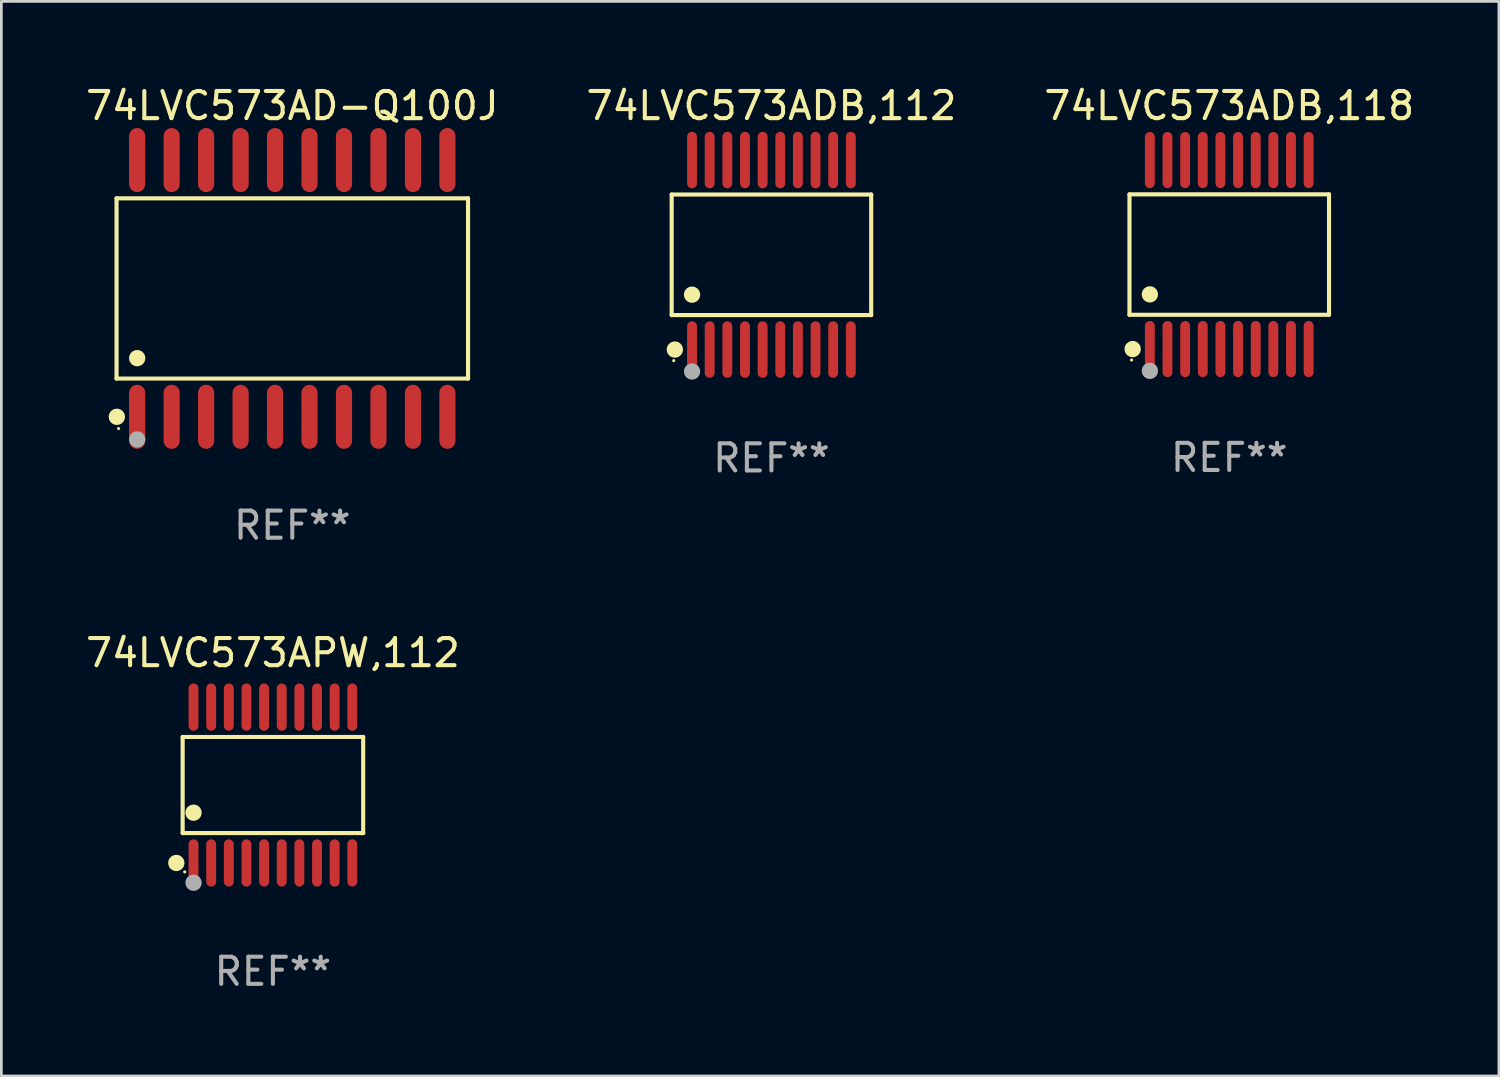
<source format=kicad_pcb>
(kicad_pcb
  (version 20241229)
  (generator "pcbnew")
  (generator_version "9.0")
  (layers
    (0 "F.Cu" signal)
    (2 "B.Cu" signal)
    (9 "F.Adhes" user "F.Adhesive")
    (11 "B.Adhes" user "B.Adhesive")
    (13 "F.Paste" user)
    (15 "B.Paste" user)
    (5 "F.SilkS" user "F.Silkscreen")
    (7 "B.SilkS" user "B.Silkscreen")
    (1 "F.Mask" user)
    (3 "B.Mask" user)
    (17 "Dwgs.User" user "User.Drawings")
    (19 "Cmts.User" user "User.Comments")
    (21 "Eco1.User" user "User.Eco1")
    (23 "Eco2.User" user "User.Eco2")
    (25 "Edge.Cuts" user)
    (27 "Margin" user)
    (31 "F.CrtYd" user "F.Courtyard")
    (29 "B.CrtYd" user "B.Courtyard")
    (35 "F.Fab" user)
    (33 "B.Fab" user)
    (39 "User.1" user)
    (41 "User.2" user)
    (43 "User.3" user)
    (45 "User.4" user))
  (footprint "74LVC573ADB,112"
    (layer "F.Cu")
    (at 25.375 6.339)
    (property "Reference" "74LVC573ADB,112" (at 0 -5.491 0) (layer "F.SilkS") (effects (font (size 1 1) (thickness 0.15))))
    (attr through_hole)
    (fp_line (start -3.676 -2.221) (end 3.676 -2.221) (stroke (width 0.152) (type solid)) (layer "F.SilkS"))
    (fp_line (start -3.676 2.221) (end -3.676 -2.221) (stroke (width 0.152) (type solid)) (layer "F.SilkS"))
    (fp_line (start 3.676 -2.221) (end 3.676 2.221) (stroke (width 0.152) (type solid)) (layer "F.SilkS"))
    (fp_line (start 3.676 2.221) (end -3.676 2.221) (stroke (width 0.152) (type solid)) (layer "F.SilkS"))
    (fp_circle (center -3.6 3.9) (end -3.57 3.9) (stroke (width 0.06) (type solid)) (fill no) (layer "F.SilkS"))
    (fp_circle (center -3.559 3.491) (end -3.409 3.491) (stroke (width 0.3) (type solid)) (fill no) (layer "F.SilkS"))
    (fp_circle (center -2.925 1.469) (end -2.775 1.469) (stroke (width 0.3) (type solid)) (fill no) (layer "F.SilkS"))
    (fp_circle (center -2.925 4.3) (end -2.775 4.3) (stroke (width 0.3) (type solid)) (fill no) (layer "F.Fab"))
    (fp_text user "REF**" (at 0 7.491 0) (layer "F.Fab") (effects (font (size 1 1) (thickness 0.15))))
    (pad "1" smd oval (at -2.925 3.491) (size 0.364 2.082) (layers "F.Cu" "F.Mask" "F.Paste"))
    (pad "2" smd oval (at -2.275 3.491) (size 0.364 2.082) (layers "F.Cu" "F.Mask" "F.Paste"))
    (pad "3" smd oval (at -1.625 3.491) (size 0.364 2.082) (layers "F.Cu" "F.Mask" "F.Paste"))
    (pad "4" smd oval (at -0.975 3.491) (size 0.364 2.082) (layers "F.Cu" "F.Mask" "F.Paste"))
    (pad "5" smd oval (at -0.325 3.491) (size 0.364 2.082) (layers "F.Cu" "F.Mask" "F.Paste"))
    (pad "6" smd oval (at 0.325 3.491) (size 0.364 2.082) (layers "F.Cu" "F.Mask" "F.Paste"))
    (pad "7" smd oval (at 0.975 3.491) (size 0.364 2.082) (layers "F.Cu" "F.Mask" "F.Paste"))
    (pad "8" smd oval (at 1.625 3.491) (size 0.364 2.082) (layers "F.Cu" "F.Mask" "F.Paste"))
    (pad "9" smd oval (at 2.275 3.491) (size 0.364 2.082) (layers "F.Cu" "F.Mask" "F.Paste"))
    (pad "10" smd oval (at 2.925 3.491) (size 0.364 2.082) (layers "F.Cu" "F.Mask" "F.Paste"))
    (pad "11" smd oval (at 2.925 -3.491) (size 0.364 2.082) (layers "F.Cu" "F.Mask" "F.Paste"))
    (pad "12" smd oval (at 2.275 -3.491) (size 0.364 2.082) (layers "F.Cu" "F.Mask" "F.Paste"))
    (pad "13" smd oval (at 1.625 -3.491) (size 0.364 2.082) (layers "F.Cu" "F.Mask" "F.Paste"))
    (pad "14" smd oval (at 0.975 -3.491) (size 0.364 2.082) (layers "F.Cu" "F.Mask" "F.Paste"))
    (pad "15" smd oval (at 0.325 -3.491) (size 0.364 2.082) (layers "F.Cu" "F.Mask" "F.Paste"))
    (pad "16" smd oval (at -0.325 -3.491) (size 0.364 2.082) (layers "F.Cu" "F.Mask" "F.Paste"))
    (pad "17" smd oval (at -0.975 -3.491) (size 0.364 2.082) (layers "F.Cu" "F.Mask" "F.Paste"))
    (pad "18" smd oval (at -1.625 -3.491) (size 0.364 2.082) (layers "F.Cu" "F.Mask" "F.Paste"))
    (pad "19" smd oval (at -2.275 -3.491) (size 0.364 2.082) (layers "F.Cu" "F.Mask" "F.Paste"))
    (pad "20" smd oval (at -2.925 -3.491) (size 0.364 2.082) (layers "F.Cu" "F.Mask" "F.Paste")))
  (footprint "74LVC573AD-Q100J"
    (layer "F.Cu")
    (at 7.72 7.578)
    (property "Reference" "74LVC573AD-Q100J" (at 0 -6.73 0) (layer "F.SilkS") (effects (font (size 1 1) (thickness 0.15))))
    (attr through_hole)
    (fp_line (start -6.476 -3.321) (end 6.476 -3.321) (stroke (width 0.152) (type solid)) (layer "F.SilkS"))
    (fp_line (start -6.476 3.321) (end -6.476 -3.321) (stroke (width 0.152) (type solid)) (layer "F.SilkS"))
    (fp_line (start 6.476 -3.321) (end 6.476 3.321) (stroke (width 0.152) (type solid)) (layer "F.SilkS"))
    (fp_line (start 6.476 3.321) (end -6.476 3.321) (stroke (width 0.152) (type solid)) (layer "F.SilkS"))
    (fp_circle (center -6.465 4.73) (end -6.315 4.73) (stroke (width 0.3) (type solid)) (fill no) (layer "F.SilkS"))
    (fp_circle (center -6.4 5.163) (end -6.37 5.163) (stroke (width 0.06) (type solid)) (fill no) (layer "F.SilkS"))
    (fp_circle (center -5.715 2.569) (end -5.565 2.569) (stroke (width 0.3) (type solid)) (fill no) (layer "F.SilkS"))
    (fp_circle (center -5.715 5.563) (end -5.565 5.563) (stroke (width 0.3) (type solid)) (fill no) (layer "F.Fab"))
    (fp_text user "REF**" (at 0 8.73 0) (layer "F.Fab") (effects (font (size 1 1) (thickness 0.15))))
    (pad "1" smd oval (at -5.715 4.73) (size 0.595 2.36) (layers "F.Cu" "F.Mask" "F.Paste"))
    (pad "2" smd oval (at -4.445 4.73) (size 0.595 2.36) (layers "F.Cu" "F.Mask" "F.Paste"))
    (pad "3" smd oval (at -3.175 4.73) (size 0.595 2.36) (layers "F.Cu" "F.Mask" "F.Paste"))
    (pad "4" smd oval (at -1.905 4.73) (size 0.595 2.36) (layers "F.Cu" "F.Mask" "F.Paste"))
    (pad "5" smd oval (at -0.635 4.73) (size 0.595 2.36) (layers "F.Cu" "F.Mask" "F.Paste"))
    (pad "6" smd oval (at 0.635 4.73) (size 0.595 2.36) (layers "F.Cu" "F.Mask" "F.Paste"))
    (pad "7" smd oval (at 1.905 4.73) (size 0.595 2.36) (layers "F.Cu" "F.Mask" "F.Paste"))
    (pad "8" smd oval (at 3.175 4.73) (size 0.595 2.36) (layers "F.Cu" "F.Mask" "F.Paste"))
    (pad "9" smd oval (at 4.445 4.73) (size 0.595 2.36) (layers "F.Cu" "F.Mask" "F.Paste"))
    (pad "10" smd oval (at 5.715 4.73) (size 0.595 2.36) (layers "F.Cu" "F.Mask" "F.Paste"))
    (pad "11" smd oval (at 5.715 -4.73) (size 0.595 2.36) (layers "F.Cu" "F.Mask" "F.Paste"))
    (pad "12" smd oval (at 4.445 -4.73) (size 0.595 2.36) (layers "F.Cu" "F.Mask" "F.Paste"))
    (pad "13" smd oval (at 3.175 -4.73) (size 0.595 2.36) (layers "F.Cu" "F.Mask" "F.Paste"))
    (pad "14" smd oval (at 1.905 -4.73) (size 0.595 2.36) (layers "F.Cu" "F.Mask" "F.Paste"))
    (pad "15" smd oval (at 0.635 -4.73) (size 0.595 2.36) (layers "F.Cu" "F.Mask" "F.Paste"))
    (pad "16" smd oval (at -0.635 -4.73) (size 0.595 2.36) (layers "F.Cu" "F.Mask" "F.Paste"))
    (pad "17" smd oval (at -1.905 -4.73) (size 0.595 2.36) (layers "F.Cu" "F.Mask" "F.Paste"))
    (pad "18" smd oval (at -3.175 -4.73) (size 0.595 2.36) (layers "F.Cu" "F.Mask" "F.Paste"))
    (pad "19" smd oval (at -4.445 -4.73) (size 0.595 2.36) (layers "F.Cu" "F.Mask" "F.Paste"))
    (pad "20" smd oval (at -5.715 -4.73) (size 0.595 2.36) (layers "F.Cu" "F.Mask" "F.Paste")))
  (footprint "74LVC573ADB,118"
    (layer "F.Cu")
    (at 42.244 6.33)
    (property "Reference" "74LVC573ADB,118" (at 0 -5.482 0) (layer "F.SilkS") (effects (font (size 1 1) (thickness 0.15))))
    (attr through_hole)
    (fp_line (start -3.676 -2.219) (end 3.676 -2.219) (stroke (width 0.152) (type solid)) (layer "F.SilkS"))
    (fp_line (start -3.676 2.219) (end -3.676 -2.219) (stroke (width 0.152) (type solid)) (layer "F.SilkS"))
    (fp_line (start 3.676 -2.219) (end 3.676 2.219) (stroke (width 0.152) (type solid)) (layer "F.SilkS"))
    (fp_line (start 3.676 2.219) (end -3.676 2.219) (stroke (width 0.152) (type solid)) (layer "F.SilkS"))
    (fp_circle (center -3.6 3.885) (end -3.57 3.885) (stroke (width 0.06) (type solid)) (fill no) (layer "F.SilkS"))
    (fp_circle (center -3.559 3.482) (end -3.409 3.482) (stroke (width 0.3) (type solid)) (fill no) (layer "F.SilkS"))
    (fp_circle (center -2.925 1.467) (end -2.775 1.467) (stroke (width 0.3) (type solid)) (fill no) (layer "F.SilkS"))
    (fp_circle (center -2.925 4.285) (end -2.775 4.285) (stroke (width 0.3) (type solid)) (fill no) (layer "F.Fab"))
    (fp_text user "REF**" (at 0 7.482 0) (layer "F.Fab") (effects (font (size 1 1) (thickness 0.15))))
    (pad "1" smd oval (at -2.925 3.482) (size 0.364 2.069) (layers "F.Cu" "F.Mask" "F.Paste"))
    (pad "2" smd oval (at -2.275 3.482) (size 0.364 2.069) (layers "F.Cu" "F.Mask" "F.Paste"))
    (pad "3" smd oval (at -1.625 3.482) (size 0.364 2.069) (layers "F.Cu" "F.Mask" "F.Paste"))
    (pad "4" smd oval (at -0.975 3.482) (size 0.364 2.069) (layers "F.Cu" "F.Mask" "F.Paste"))
    (pad "5" smd oval (at -0.325 3.482) (size 0.364 2.069) (layers "F.Cu" "F.Mask" "F.Paste"))
    (pad "6" smd oval (at 0.325 3.482) (size 0.364 2.069) (layers "F.Cu" "F.Mask" "F.Paste"))
    (pad "7" smd oval (at 0.975 3.482) (size 0.364 2.069) (layers "F.Cu" "F.Mask" "F.Paste"))
    (pad "8" smd oval (at 1.625 3.482) (size 0.364 2.069) (layers "F.Cu" "F.Mask" "F.Paste"))
    (pad "9" smd oval (at 2.275 3.482) (size 0.364 2.069) (layers "F.Cu" "F.Mask" "F.Paste"))
    (pad "10" smd oval (at 2.925 3.482) (size 0.364 2.069) (layers "F.Cu" "F.Mask" "F.Paste"))
    (pad "11" smd oval (at 2.925 -3.482) (size 0.364 2.069) (layers "F.Cu" "F.Mask" "F.Paste"))
    (pad "12" smd oval (at 2.275 -3.482) (size 0.364 2.069) (layers "F.Cu" "F.Mask" "F.Paste"))
    (pad "13" smd oval (at 1.625 -3.482) (size 0.364 2.069) (layers "F.Cu" "F.Mask" "F.Paste"))
    (pad "14" smd oval (at 0.975 -3.482) (size 0.364 2.069) (layers "F.Cu" "F.Mask" "F.Paste"))
    (pad "15" smd oval (at 0.325 -3.482) (size 0.364 2.069) (layers "F.Cu" "F.Mask" "F.Paste"))
    (pad "16" smd oval (at -0.325 -3.482) (size 0.364 2.069) (layers "F.Cu" "F.Mask" "F.Paste"))
    (pad "17" smd oval (at -0.975 -3.482) (size 0.364 2.069) (layers "F.Cu" "F.Mask" "F.Paste"))
    (pad "18" smd oval (at -1.625 -3.482) (size 0.364 2.069) (layers "F.Cu" "F.Mask" "F.Paste"))
    (pad "19" smd oval (at -2.275 -3.482) (size 0.364 2.069) (layers "F.Cu" "F.Mask" "F.Paste"))
    (pad "20" smd oval (at -2.925 -3.482) (size 0.364 2.069) (layers "F.Cu" "F.Mask" "F.Paste")))
  (footprint "74LVC573APW,112"
    (layer "F.Cu")
    (at 7.006 25.876)
    (property "Reference" "74LVC573APW,112" (at 0 -4.871 0) (layer "F.SilkS") (effects (font (size 1 1) (thickness 0.15))))
    (attr through_hole)
    (fp_line (start -3.326 -1.771) (end 3.326 -1.771) (stroke (width 0.152) (type solid)) (layer "F.SilkS"))
    (fp_line (start -3.326 1.771) (end -3.326 -1.771) (stroke (width 0.152) (type solid)) (layer "F.SilkS"))
    (fp_line (start 3.326 -1.771) (end 3.326 1.771) (stroke (width 0.152) (type solid)) (layer "F.SilkS"))
    (fp_line (start 3.326 1.771) (end -3.326 1.771) (stroke (width 0.152) (type solid)) (layer "F.SilkS"))
    (fp_circle (center -3.559 2.871) (end -3.409 2.871) (stroke (width 0.3) (type solid)) (fill no) (layer "F.SilkS"))
    (fp_circle (center -3.25 3.2) (end -3.22 3.2) (stroke (width 0.06) (type solid)) (fill no) (layer "F.SilkS"))
    (fp_circle (center -2.925 1.019) (end -2.775 1.019) (stroke (width 0.3) (type solid)) (fill no) (layer "F.SilkS"))
    (fp_circle (center -2.925 3.6) (end -2.775 3.6) (stroke (width 0.3) (type solid)) (fill no) (layer "F.Fab"))
    (fp_text user "REF**" (at 0 6.871 0) (layer "F.Fab") (effects (font (size 1 1) (thickness 0.15))))
    (pad "1" smd oval (at -2.925 2.871) (size 0.364 1.742) (layers "F.Cu" "F.Mask" "F.Paste"))
    (pad "2" smd oval (at -2.275 2.871) (size 0.364 1.742) (layers "F.Cu" "F.Mask" "F.Paste"))
    (pad "3" smd oval (at -1.625 2.871) (size 0.364 1.742) (layers "F.Cu" "F.Mask" "F.Paste"))
    (pad "4" smd oval (at -0.975 2.871) (size 0.364 1.742) (layers "F.Cu" "F.Mask" "F.Paste"))
    (pad "5" smd oval (at -0.325 2.871) (size 0.364 1.742) (layers "F.Cu" "F.Mask" "F.Paste"))
    (pad "6" smd oval (at 0.325 2.871) (size 0.364 1.742) (layers "F.Cu" "F.Mask" "F.Paste"))
    (pad "7" smd oval (at 0.975 2.871) (size 0.364 1.742) (layers "F.Cu" "F.Mask" "F.Paste"))
    (pad "8" smd oval (at 1.625 2.871) (size 0.364 1.742) (layers "F.Cu" "F.Mask" "F.Paste"))
    (pad "9" smd oval (at 2.275 2.871) (size 0.364 1.742) (layers "F.Cu" "F.Mask" "F.Paste"))
    (pad "10" smd oval (at 2.925 2.871) (size 0.364 1.742) (layers "F.Cu" "F.Mask" "F.Paste"))
    (pad "11" smd oval (at 2.925 -2.871) (size 0.364 1.742) (layers "F.Cu" "F.Mask" "F.Paste"))
    (pad "12" smd oval (at 2.275 -2.871) (size 0.364 1.742) (layers "F.Cu" "F.Mask" "F.Paste"))
    (pad "13" smd oval (at 1.625 -2.871) (size 0.364 1.742) (layers "F.Cu" "F.Mask" "F.Paste"))
    (pad "14" smd oval (at 0.975 -2.871) (size 0.364 1.742) (layers "F.Cu" "F.Mask" "F.Paste"))
    (pad "15" smd oval (at 0.325 -2.871) (size 0.364 1.742) (layers "F.Cu" "F.Mask" "F.Paste"))
    (pad "16" smd oval (at -0.325 -2.871) (size 0.364 1.742) (layers "F.Cu" "F.Mask" "F.Paste"))
    (pad "17" smd oval (at -0.975 -2.871) (size 0.364 1.742) (layers "F.Cu" "F.Mask" "F.Paste"))
    (pad "18" smd oval (at -1.625 -2.871) (size 0.364 1.742) (layers "F.Cu" "F.Mask" "F.Paste"))
    (pad "19" smd oval (at -2.275 -2.871) (size 0.364 1.742) (layers "F.Cu" "F.Mask" "F.Paste"))
    (pad "20" smd oval (at -2.925 -2.871) (size 0.364 1.742) (layers "F.Cu" "F.Mask" "F.Paste")))
  (gr_rect
    (start -3 -3)
    (end 52.179 36.595)
    (stroke (width 0.1) (type default))
    (fill no)
    (layer "Edge.Cuts")))
</source>
